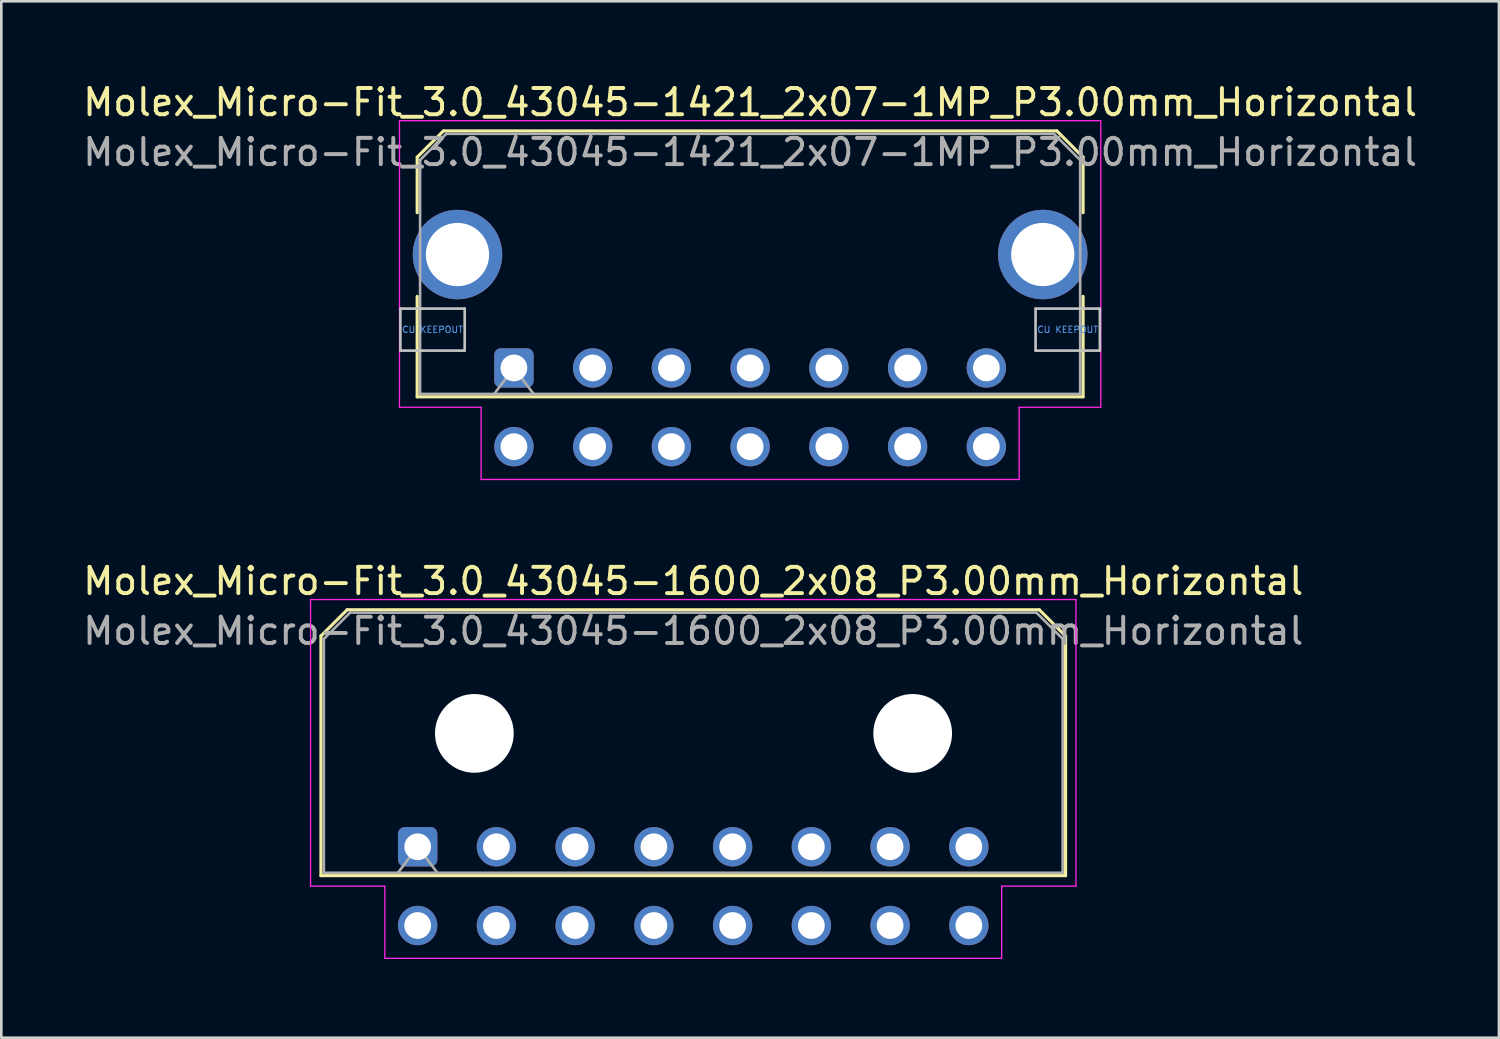
<source format=kicad_pcb>
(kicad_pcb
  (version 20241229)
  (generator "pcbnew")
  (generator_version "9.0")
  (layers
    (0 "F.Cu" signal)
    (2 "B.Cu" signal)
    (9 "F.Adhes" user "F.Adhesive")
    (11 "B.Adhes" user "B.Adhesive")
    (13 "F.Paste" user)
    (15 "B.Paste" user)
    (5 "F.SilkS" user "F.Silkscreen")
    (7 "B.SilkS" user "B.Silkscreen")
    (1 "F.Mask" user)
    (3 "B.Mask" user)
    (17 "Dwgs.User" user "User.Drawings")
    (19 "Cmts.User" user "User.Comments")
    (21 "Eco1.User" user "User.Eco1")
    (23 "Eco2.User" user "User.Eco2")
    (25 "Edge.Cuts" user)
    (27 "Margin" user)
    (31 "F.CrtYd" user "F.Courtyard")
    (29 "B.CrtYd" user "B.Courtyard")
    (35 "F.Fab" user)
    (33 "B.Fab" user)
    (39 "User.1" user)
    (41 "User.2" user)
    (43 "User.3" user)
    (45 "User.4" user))
  (footprint "Molex_Micro-Fit_3.0_43045-1600_2x08_P3.00mm_Horizontal"
    (layer "F.Cu")
    (at 12.863 29.212)
    (property "Reference" "Molex_Micro-Fit_3.0_43045-1600_2x08_P3.00mm_Horizontal" (at 10.5 -10.12 0) (layer "F.SilkS") (effects (font (size 1 1) (thickness 0.15))))
    (attr through_hole)
    (fp_line (start -3.685 -8.03) (end -2.685 -9.03) (stroke (width 0.12) (type solid)) (layer "F.SilkS"))
    (fp_line (start -3.685 1.1) (end -3.685 -8.03) (stroke (width 0.12) (type solid)) (layer "F.SilkS"))
    (fp_line (start -2.685 -9.03) (end 23.685 -9.03) (stroke (width 0.12) (type solid)) (layer "F.SilkS"))
    (fp_line (start 23.685 -9.03) (end 24.685 -8.03) (stroke (width 0.12) (type solid)) (layer "F.SilkS"))
    (fp_line (start 24.685 -8.03) (end 24.685 1.1) (stroke (width 0.12) (type solid)) (layer "F.SilkS"))
    (fp_line (start 24.685 1.1) (end -3.685 1.1) (stroke (width 0.12) (type solid)) (layer "F.SilkS"))
    (fp_line (start -4.08 -9.42) (end 25.08 -9.42) (stroke (width 0.05) (type solid)) (layer "F.CrtYd"))
    (fp_line (start -4.08 1.5) (end -4.08 -9.42) (stroke (width 0.05) (type solid)) (layer "F.CrtYd"))
    (fp_line (start -1.25 1.5) (end -4.08 1.5) (stroke (width 0.05) (type solid)) (layer "F.CrtYd"))
    (fp_line (start -1.25 4.25) (end -1.25 1.5) (stroke (width 0.05) (type solid)) (layer "F.CrtYd"))
    (fp_line (start 22.25 1.5) (end 22.25 4.25) (stroke (width 0.05) (type solid)) (layer "F.CrtYd"))
    (fp_line (start 22.25 4.25) (end -1.25 4.25) (stroke (width 0.05) (type solid)) (layer "F.CrtYd"))
    (fp_line (start 25.08 -9.42) (end 25.08 1.5) (stroke (width 0.05) (type solid)) (layer "F.CrtYd"))
    (fp_line (start 25.08 1.5) (end 22.25 1.5) (stroke (width 0.05) (type solid)) (layer "F.CrtYd"))
    (fp_line (start -3.575 -7.92) (end -2.575 -8.92) (stroke (width 0.1) (type solid)) (layer "F.Fab"))
    (fp_line (start -3.575 0.99) (end -3.575 -7.92) (stroke (width 0.1) (type solid)) (layer "F.Fab"))
    (fp_line (start -2.575 -8.92) (end 23.575 -8.92) (stroke (width 0.1) (type solid)) (layer "F.Fab"))
    (fp_line (start -0.75 0.99) (end 0 0) (stroke (width 0.1) (type solid)) (layer "F.Fab"))
    (fp_line (start 0 0) (end 0.75 0.99) (stroke (width 0.1) (type solid)) (layer "F.Fab"))
    (fp_line (start 23.575 -8.92) (end 24.575 -7.92) (stroke (width 0.1) (type solid)) (layer "F.Fab"))
    (fp_line (start 24.575 -7.92) (end 24.575 0.99) (stroke (width 0.1) (type solid)) (layer "F.Fab"))
    (fp_line (start 24.575 0.99) (end -3.575 0.99) (stroke (width 0.1) (type solid)) (layer "F.Fab"))
    (fp_text user "${REFERENCE}" (at 10.5 -8.22 0) (layer "F.Fab") (effects (font (size 1 1) (thickness 0.15))))
    (pad "" np_thru_hole circle (at 2.16 -4.32) (size 3 3) (drill 3) (layers "*.Cu" "*.Mask"))
    (pad "" np_thru_hole circle (at 18.86 -4.32) (size 3 3) (drill 3) (layers "*.Cu" "*.Mask"))
    (pad "1" thru_hole roundrect (at 0 0) (size 1.5 1.5) (drill 1.02) (layers "*.Cu" "*.Mask") (roundrect_rratio 0.167))
    (pad "2" thru_hole circle (at 3 0) (size 1.5 1.5) (drill 1.02) (layers "*.Cu" "*.Mask"))
    (pad "3" thru_hole circle (at 6 0) (size 1.5 1.5) (drill 1.02) (layers "*.Cu" "*.Mask"))
    (pad "4" thru_hole circle (at 9 0) (size 1.5 1.5) (drill 1.02) (layers "*.Cu" "*.Mask"))
    (pad "5" thru_hole circle (at 12 0) (size 1.5 1.5) (drill 1.02) (layers "*.Cu" "*.Mask"))
    (pad "6" thru_hole circle (at 15 0) (size 1.5 1.5) (drill 1.02) (layers "*.Cu" "*.Mask"))
    (pad "7" thru_hole circle (at 18 0) (size 1.5 1.5) (drill 1.02) (layers "*.Cu" "*.Mask"))
    (pad "8" thru_hole circle (at 21 0) (size 1.5 1.5) (drill 1.02) (layers "*.Cu" "*.Mask"))
    (pad "9" thru_hole circle (at 0 3) (size 1.5 1.5) (drill 1.02) (layers "*.Cu" "*.Mask"))
    (pad "10" thru_hole circle (at 3 3) (size 1.5 1.5) (drill 1.02) (layers "*.Cu" "*.Mask"))
    (pad "11" thru_hole circle (at 6 3) (size 1.5 1.5) (drill 1.02) (layers "*.Cu" "*.Mask"))
    (pad "12" thru_hole circle (at 9 3) (size 1.5 1.5) (drill 1.02) (layers "*.Cu" "*.Mask"))
    (pad "13" thru_hole circle (at 12 3) (size 1.5 1.5) (drill 1.02) (layers "*.Cu" "*.Mask"))
    (pad "14" thru_hole circle (at 15 3) (size 1.5 1.5) (drill 1.02) (layers "*.Cu" "*.Mask"))
    (pad "15" thru_hole circle (at 18 3) (size 1.5 1.5) (drill 1.02) (layers "*.Cu" "*.Mask"))
    (pad "16" thru_hole circle (at 21 3) (size 1.5 1.5) (drill 1.02) (layers "*.Cu" "*.Mask")))
  (footprint "Molex_Micro-Fit_3.0_43045-1421_2x07-1MP_P3.00mm_Horizontal"
    (layer "F.Cu")
    (at 16.53 10.968)
    (property "Reference" "Molex_Micro-Fit_3.0_43045-1421_2x07-1MP_P3.00mm_Horizontal" (at 9 -10.12 0) (layer "F.SilkS") (effects (font (size 1 1) (thickness 0.15))))
    (attr through_hole)
    (fp_line (start -3.685 -8.03) (end -2.685 -9.03) (stroke (width 0.12) (type solid)) (layer "F.SilkS"))
    (fp_line (start -3.685 -5.915) (end -3.685 -8.03) (stroke (width 0.12) (type solid)) (layer "F.SilkS"))
    (fp_line (start -3.685 -2.725) (end -3.685 1.1) (stroke (width 0.12) (type solid)) (layer "F.SilkS"))
    (fp_line (start -3.685 1.1) (end 21.685 1.1) (stroke (width 0.12) (type solid)) (layer "F.SilkS"))
    (fp_line (start -2.685 -9.03) (end 20.685 -9.03) (stroke (width 0.12) (type solid)) (layer "F.SilkS"))
    (fp_line (start 20.685 -9.03) (end 21.685 -8.03) (stroke (width 0.12) (type solid)) (layer "F.SilkS"))
    (fp_line (start 21.685 -8.03) (end 21.685 -5.915) (stroke (width 0.12) (type solid)) (layer "F.SilkS"))
    (fp_line (start 21.685 1.1) (end 21.685 -2.725) (stroke (width 0.12) (type solid)) (layer "F.SilkS"))
    (fp_line (start -4.325 -2.26) (end -4.325 -0.66) (stroke (width 0.1) (type solid)) (layer "Dwgs.User"))
    (fp_line (start -4.325 -0.66) (end -1.875 -0.66) (stroke (width 0.1) (type solid)) (layer "Dwgs.User"))
    (fp_line (start -1.875 -2.26) (end -4.325 -2.26) (stroke (width 0.1) (type solid)) (layer "Dwgs.User"))
    (fp_line (start -1.875 -0.66) (end -1.875 -2.26) (stroke (width 0.1) (type solid)) (layer "Dwgs.User"))
    (fp_line (start 19.875 -2.26) (end 19.875 -0.66) (stroke (width 0.1) (type solid)) (layer "Dwgs.User"))
    (fp_line (start 19.875 -0.66) (end 22.325 -0.66) (stroke (width 0.1) (type solid)) (layer "Dwgs.User"))
    (fp_line (start 22.325 -2.26) (end 19.875 -2.26) (stroke (width 0.1) (type solid)) (layer "Dwgs.User"))
    (fp_line (start 22.325 -0.66) (end 22.325 -2.26) (stroke (width 0.1) (type solid)) (layer "Dwgs.User"))
    (fp_line (start -4.36 -9.42) (end 22.36 -9.42) (stroke (width 0.05) (type solid)) (layer "F.CrtYd"))
    (fp_line (start -4.36 1.5) (end -4.36 -9.42) (stroke (width 0.05) (type solid)) (layer "F.CrtYd"))
    (fp_line (start -1.25 1.5) (end -4.36 1.5) (stroke (width 0.05) (type solid)) (layer "F.CrtYd"))
    (fp_line (start -1.25 4.25) (end -1.25 1.5) (stroke (width 0.05) (type solid)) (layer "F.CrtYd"))
    (fp_line (start 19.25 1.5) (end 19.25 4.25) (stroke (width 0.05) (type solid)) (layer "F.CrtYd"))
    (fp_line (start 19.25 4.25) (end -1.25 4.25) (stroke (width 0.05) (type solid)) (layer "F.CrtYd"))
    (fp_line (start 22.36 -9.42) (end 22.36 1.5) (stroke (width 0.05) (type solid)) (layer "F.CrtYd"))
    (fp_line (start 22.36 1.5) (end 19.25 1.5) (stroke (width 0.05) (type solid)) (layer "F.CrtYd"))
    (fp_line (start -3.575 -7.92) (end -2.575 -8.92) (stroke (width 0.1) (type solid)) (layer "F.Fab"))
    (fp_line (start -3.575 0.99) (end -3.575 -7.92) (stroke (width 0.1) (type solid)) (layer "F.Fab"))
    (fp_line (start -2.575 -8.92) (end 20.575 -8.92) (stroke (width 0.1) (type solid)) (layer "F.Fab"))
    (fp_line (start -0.75 0.99) (end 0 0) (stroke (width 0.1) (type solid)) (layer "F.Fab"))
    (fp_line (start 0 0) (end 0.75 0.99) (stroke (width 0.1) (type solid)) (layer "F.Fab"))
    (fp_line (start 20.575 -8.92) (end 21.575 -7.92) (stroke (width 0.1) (type solid)) (layer "F.Fab"))
    (fp_line (start 21.575 -7.92) (end 21.575 0.99) (stroke (width 0.1) (type solid)) (layer "F.Fab"))
    (fp_line (start 21.575 0.99) (end -3.575 0.99) (stroke (width 0.1) (type solid)) (layer "F.Fab"))
    (fp_text user "CU KEEPOUT" (at 21.1 -1.46 0) (layer "Cmts.User") (effects (font (size 0.245 0.245) (thickness 0.037))))
    (fp_text user "CU KEEPOUT" (at -3.1 -1.46 0) (layer "Cmts.User") (effects (font (size 0.245 0.245) (thickness 0.037))))
    (fp_text user "${REFERENCE}" (at 9 -8.22 0) (layer "F.Fab") (effects (font (size 1 1) (thickness 0.15))))
    (pad "1" thru_hole roundrect (at 0 0) (size 1.5 1.5) (drill 1.02) (layers "*.Cu" "*.Mask") (roundrect_rratio 0.167))
    (pad "2" thru_hole circle (at 3 0) (size 1.5 1.5) (drill 1.02) (layers "*.Cu" "*.Mask"))
    (pad "3" thru_hole circle (at 6 0) (size 1.5 1.5) (drill 1.02) (layers "*.Cu" "*.Mask"))
    (pad "4" thru_hole circle (at 9 0) (size 1.5 1.5) (drill 1.02) (layers "*.Cu" "*.Mask"))
    (pad "5" thru_hole circle (at 12 0) (size 1.5 1.5) (drill 1.02) (layers "*.Cu" "*.Mask"))
    (pad "6" thru_hole circle (at 15 0) (size 1.5 1.5) (drill 1.02) (layers "*.Cu" "*.Mask"))
    (pad "7" thru_hole circle (at 18 0) (size 1.5 1.5) (drill 1.02) (layers "*.Cu" "*.Mask"))
    (pad "8" thru_hole circle (at 0 3) (size 1.5 1.5) (drill 1.02) (layers "*.Cu" "*.Mask"))
    (pad "9" thru_hole circle (at 3 3) (size 1.5 1.5) (drill 1.02) (layers "*.Cu" "*.Mask"))
    (pad "10" thru_hole circle (at 6 3) (size 1.5 1.5) (drill 1.02) (layers "*.Cu" "*.Mask"))
    (pad "11" thru_hole circle (at 9 3) (size 1.5 1.5) (drill 1.02) (layers "*.Cu" "*.Mask"))
    (pad "12" thru_hole circle (at 12 3) (size 1.5 1.5) (drill 1.02) (layers "*.Cu" "*.Mask"))
    (pad "13" thru_hole circle (at 15 3) (size 1.5 1.5) (drill 1.02) (layers "*.Cu" "*.Mask"))
    (pad "14" thru_hole circle (at 18 3) (size 1.5 1.5) (drill 1.02) (layers "*.Cu" "*.Mask"))
    (pad "MP" thru_hole circle (at -2.15 -4.32) (size 3.41 3.41) (drill 2.41) (layers "*.Cu" "*.Mask"))
    (pad "MP" thru_hole circle (at 20.15 -4.32) (size 3.41 3.41) (drill 2.41) (layers "*.Cu" "*.Mask")))
  (gr_rect
    (start -3 -3)
    (end 54.06 36.486)
    (stroke (width 0.1) (type default))
    (fill no)
    (layer "Edge.Cuts")))
</source>
